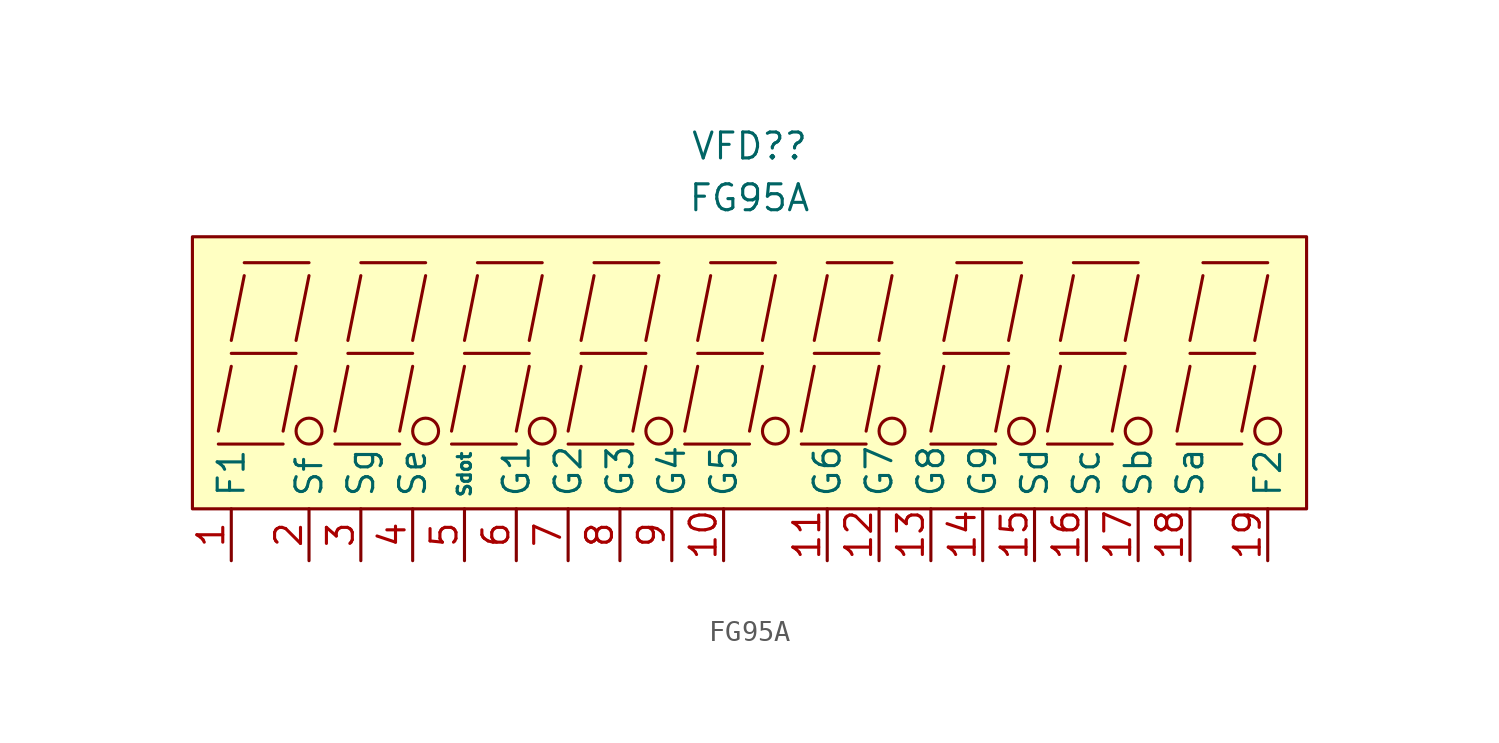
<source format=kicad_sym>
(kicad_symbol_lib
  (version 20220914)
  (generator kicad_symbol_editor)
  (symbol "FG95A"
    (property "Reference" "VFD?"
      (at 0 10.16 0)
      (effects (font (size 1.27 1.27))))
    (property "Value" "FG95A"
      (at 0 7.62 0)
      (effects (font (size 1.27 1.27))))
    (symbol "FG95A_0_1"
      (circle (center -21.59 -3.81) (radius 0.635) (stroke (width 0) (type default)) (fill (type none)))
      (circle (center -15.875 -3.81) (radius 0.635) (stroke (width 0) (type default)) (fill (type none)))
      (circle (center -10.16 -3.81) (radius 0.635) (stroke (width 0) (type default)) (fill (type none)))
      (circle (center -4.445 -3.81) (radius 0.635) (stroke (width 0) (type default)) (fill (type none)))
      (polyline (pts (xy -26.035 -4.445) (xy -22.86 -4.445)) (stroke (width 0) (type default)) (fill (type none)))
      (polyline (pts (xy -25.4 -0.635) (xy -26.035 -3.81)) (stroke (width 0) (type default)) (fill (type none)))
      (polyline (pts (xy -25.4 0) (xy -22.225 0)) (stroke (width 0) (type default)) (fill (type none)))
      (polyline (pts (xy -24.765 4.445) (xy -21.59 4.445)) (stroke (width 0) (type default)) (fill (type none)))
      (polyline (pts (xy -22.86 -3.81) (xy -22.225 -0.635)) (stroke (width 0) (type default)) (fill (type none)))
      (polyline (pts (xy -22.225 0.635) (xy -21.59 3.81)) (stroke (width 0) (type default)) (fill (type none)))
      (polyline (pts (xy -20.32 -4.445) (xy -17.145 -4.445)) (stroke (width 0) (type default)) (fill (type none)))
      (polyline (pts (xy -19.685 -0.635) (xy -20.32 -3.81)) (stroke (width 0) (type default)) (fill (type none)))
      (polyline (pts (xy -19.685 0) (xy -16.51 0)) (stroke (width 0) (type default)) (fill (type none)))
      (polyline (pts (xy -19.05 3.81) (xy -19.685 0.635)) (stroke (width 0) (type default)) (fill (type none)))
      (polyline (pts (xy -19.05 4.445) (xy -15.875 4.445)) (stroke (width 0) (type default)) (fill (type none)))
      (polyline (pts (xy -17.145 -3.81) (xy -16.51 -0.635)) (stroke (width 0) (type default)) (fill (type none)))
      (polyline (pts (xy -16.51 0.635) (xy -15.875 3.81)) (stroke (width 0) (type default)) (fill (type none)))
      (polyline (pts (xy -14.605 -4.445) (xy -11.43 -4.445)) (stroke (width 0) (type default)) (fill (type none)))
      (polyline (pts (xy -13.97 -0.635) (xy -14.605 -3.81)) (stroke (width 0) (type default)) (fill (type none)))
      (polyline (pts (xy -13.97 0) (xy -10.795 0)) (stroke (width 0) (type default)) (fill (type none)))
      (polyline (pts (xy -13.335 3.81) (xy -13.97 0.635)) (stroke (width 0) (type default)) (fill (type none)))
      (polyline (pts (xy -13.335 4.445) (xy -10.16 4.445)) (stroke (width 0) (type default)) (fill (type none)))
      (polyline (pts (xy -11.43 -3.81) (xy -10.795 -0.635)) (stroke (width 0) (type default)) (fill (type none)))
      (polyline (pts (xy -10.795 0.635) (xy -10.16 3.81)) (stroke (width 0) (type default)) (fill (type none)))
      (polyline (pts (xy -8.89 -4.445) (xy -5.715 -4.445)) (stroke (width 0) (type default)) (fill (type none)))
      (polyline (pts (xy -8.255 -0.635) (xy -8.89 -3.81)) (stroke (width 0) (type default)) (fill (type none)))
      (polyline (pts (xy -8.255 0) (xy -5.08 0)) (stroke (width 0) (type default)) (fill (type none)))
      (polyline (pts (xy -7.62 3.81) (xy -8.255 0.635)) (stroke (width 0) (type default)) (fill (type none)))
      (polyline (pts (xy -7.62 4.445) (xy -4.445 4.445)) (stroke (width 0) (type default)) (fill (type none)))
      (polyline (pts (xy -5.715 -3.81) (xy -5.08 -0.635)) (stroke (width 0) (type default)) (fill (type none)))
      (polyline (pts (xy -5.08 0.635) (xy -4.445 3.81)) (stroke (width 0) (type default)) (fill (type none)))
      (polyline (pts (xy -3.175 -4.445) (xy 0 -4.445)) (stroke (width 0) (type default)) (fill (type none)))
      (polyline (pts (xy -2.54 -0.635) (xy -3.175 -3.81)) (stroke (width 0) (type default)) (fill (type none)))
      (polyline (pts (xy -2.54 0) (xy 0.635 0)) (stroke (width 0) (type default)) (fill (type none)))
      (polyline (pts (xy -1.905 3.81) (xy -2.54 0.635)) (stroke (width 0) (type default)) (fill (type none)))
      (polyline (pts (xy -1.905 4.445) (xy 1.27 4.445)) (stroke (width 0) (type default)) (fill (type none)))
      (polyline (pts (xy 0 -3.81) (xy 0.635 -0.635)) (stroke (width 0) (type default)) (fill (type none)))
      (polyline (pts (xy 0.635 0.635) (xy 1.27 3.81)) (stroke (width 0) (type default)) (fill (type none)))
      (polyline (pts (xy 2.54 -4.445) (xy 5.715 -4.445)) (stroke (width 0) (type default)) (fill (type none)))
      (polyline (pts (xy 3.175 -0.635) (xy 2.54 -3.81)) (stroke (width 0) (type default)) (fill (type none)))
      (polyline (pts (xy 3.175 0) (xy 6.35 0)) (stroke (width 0) (type default)) (fill (type none)))
      (polyline (pts (xy 3.81 3.81) (xy 3.175 0.635)) (stroke (width 0) (type default)) (fill (type none)))
      (polyline (pts (xy 3.81 4.445) (xy 6.985 4.445)) (stroke (width 0) (type default)) (fill (type none)))
      (polyline (pts (xy 5.715 -3.81) (xy 6.35 -0.635)) (stroke (width 0) (type default)) (fill (type none)))
      (polyline (pts (xy 6.35 0.635) (xy 6.985 3.81)) (stroke (width 0) (type default)) (fill (type none)))
      (polyline (pts (xy 8.89 -4.445) (xy 12.065 -4.445)) (stroke (width 0) (type default)) (fill (type none)))
      (polyline (pts (xy 9.525 -0.635) (xy 8.89 -3.81)) (stroke (width 0) (type default)) (fill (type none)))
      (polyline (pts (xy 9.525 0) (xy 12.7 0)) (stroke (width 0) (type default)) (fill (type none)))
      (polyline (pts (xy 10.16 3.81) (xy 9.525 0.635)) (stroke (width 0) (type default)) (fill (type none)))
      (polyline (pts (xy 10.16 4.445) (xy 13.335 4.445)) (stroke (width 0) (type default)) (fill (type none)))
      (polyline (pts (xy 12.065 -3.81) (xy 12.7 -0.635)) (stroke (width 0) (type default)) (fill (type none)))
      (polyline (pts (xy 12.7 0.635) (xy 13.335 3.81)) (stroke (width 0) (type default)) (fill (type none)))
      (polyline (pts (xy 14.605 -4.445) (xy 17.78 -4.445)) (stroke (width 0) (type default)) (fill (type none)))
      (polyline (pts (xy 15.24 -0.635) (xy 14.605 -3.81)) (stroke (width 0) (type default)) (fill (type none)))
      (polyline (pts (xy 15.24 0) (xy 18.415 0)) (stroke (width 0) (type default)) (fill (type none)))
      (polyline (pts (xy 15.875 3.81) (xy 15.24 0.635)) (stroke (width 0) (type default)) (fill (type none)))
      (polyline (pts (xy 15.875 4.445) (xy 19.05 4.445)) (stroke (width 0) (type default)) (fill (type none)))
      (polyline (pts (xy 17.78 -3.81) (xy 18.415 -0.635)) (stroke (width 0) (type default)) (fill (type none)))
      (polyline (pts (xy 18.415 0.635) (xy 19.05 3.81)) (stroke (width 0) (type default)) (fill (type none)))
      (polyline (pts (xy 20.955 -4.445) (xy 24.13 -4.445)) (stroke (width 0) (type default)) (fill (type none)))
      (polyline (pts (xy 21.59 -0.635) (xy 20.955 -3.81)) (stroke (width 0) (type default)) (fill (type none)))
      (polyline (pts (xy 21.59 0) (xy 24.765 0)) (stroke (width 0) (type default)) (fill (type none)))
      (polyline (pts (xy 22.225 3.81) (xy 21.59 0.635)) (stroke (width 0) (type default)) (fill (type none)))
      (polyline (pts (xy 22.225 4.445) (xy 25.4 4.445)) (stroke (width 0) (type default)) (fill (type none)))
      (polyline (pts (xy 24.13 -3.81) (xy 24.765 -0.635)) (stroke (width 0) (type default)) (fill (type none)))
      (polyline (pts (xy 24.765 0.635) (xy 25.4 3.81)) (stroke (width 0) (type default)) (fill (type none)))
      (circle (center 1.27 -3.81) (radius 0.635) (stroke (width 0) (type default)) (fill (type none)))
      (circle (center 6.985 -3.81) (radius 0.635) (stroke (width 0) (type default)) (fill (type none)))
      (circle (center 13.335 -3.81) (radius 0.635) (stroke (width 0) (type default)) (fill (type none)))
      (circle (center 19.05 -3.81) (radius 0.635) (stroke (width 0) (type default)) (fill (type none)))
      (circle (center 25.4 -3.81) (radius 0.635) (stroke (width 0) (type default)) (fill (type none))))
    (symbol "FG95A_1_1"
      (rectangle (start -27.305 5.715) (end 27.305 -7.62) (stroke (width 0) (type default)) (fill (type background)))
      (polyline (pts (xy -24.765 3.81) (xy -25.4 0.635)) (stroke (width 0) (type default)) (fill (type none)))
      (pin passive line (at -25.4 -10.16 90) (length 2.54) (name "F1" (effects (font (size 1.27 1.27)))) (number "1" (effects (font (size 1.27 1.27)))))
      (pin input line (at -1.27 -10.16 90) (length 2.54) (name "G5" (effects (font (size 1.27 1.27)))) (number "10" (effects (font (size 1.27 1.27)))))
      (pin input line (at 3.81 -10.16 90) (length 2.54) (name "G6" (effects (font (size 1.27 1.27)))) (number "11" (effects (font (size 1.27 1.27)))))
      (pin input line (at 6.35 -10.16 90) (length 2.54) (name "G7" (effects (font (size 1.27 1.27)))) (number "12" (effects (font (size 1.27 1.27)))))
      (pin input line (at 8.89 -10.16 90) (length 2.54) (name "G8" (effects (font (size 1.27 1.27)))) (number "13" (effects (font (size 1.27 1.27)))))
      (pin input line (at 11.43 -10.16 90) (length 2.54) (name "G9" (effects (font (size 1.27 1.27)))) (number "14" (effects (font (size 1.27 1.27)))))
      (pin input line (at 13.97 -10.16 90) (length 2.54) (name "Sd" (effects (font (size 1.27 1.27)))) (number "15" (effects (font (size 1.27 1.27)))))
      (pin input line (at 16.51 -10.16 90) (length 2.54) (name "Sc" (effects (font (size 1.27 1.27)))) (number "16" (effects (font (size 1.27 1.27)))))
      (pin input line (at 19.05 -10.16 90) (length 2.54) (name "Sb" (effects (font (size 1.27 1.27)))) (number "17" (effects (font (size 1.27 1.27)))))
      (pin input line (at 21.59 -10.16 90) (length 2.54) (name "Sa" (effects (font (size 1.27 1.27)))) (number "18" (effects (font (size 1.27 1.27)))))
      (pin passive line (at 25.4 -10.16 90) (length 2.54) (name "F2" (effects (font (size 1.27 1.27)))) (number "19" (effects (font (size 1.27 1.27)))))
      (pin input line (at -21.59 -10.16 90) (length 2.54) (name "Sf" (effects (font (size 1.27 1.27)))) (number "2" (effects (font (size 1.27 1.27)))))
      (pin input line (at -19.05 -10.16 90) (length 2.54) (name "Sg" (effects (font (size 1.27 1.27)))) (number "3" (effects (font (size 1.27 1.27)))))
      (pin input line (at -16.51 -10.16 90) (length 2.54) (name "Se" (effects (font (size 1.27 1.27)))) (number "4" (effects (font (size 1.27 1.27)))))
      (pin input line (at -13.97 -10.16 90) (length 2.54) (name "Sdot" (effects (font (size 0.65 0.65)))) (number "5" (effects (font (size 1.27 1.27)))))
      (pin input line (at -11.43 -10.16 90) (length 2.54) (name "G1" (effects (font (size 1.27 1.27)))) (number "6" (effects (font (size 1.27 1.27)))))
      (pin input line (at -8.89 -10.16 90) (length 2.54) (name "G2" (effects (font (size 1.27 1.27)))) (number "7" (effects (font (size 1.27 1.27)))))
      (pin input line (at -6.35 -10.16 90) (length 2.54) (name "G3" (effects (font (size 1.27 1.27)))) (number "8" (effects (font (size 1.27 1.27)))))
      (pin input line (at -3.81 -10.16 90) (length 2.54) (name "G4" (effects (font (size 1.27 1.27)))) (number "9" (effects (font (size 1.27 1.27))))))))
</source>
